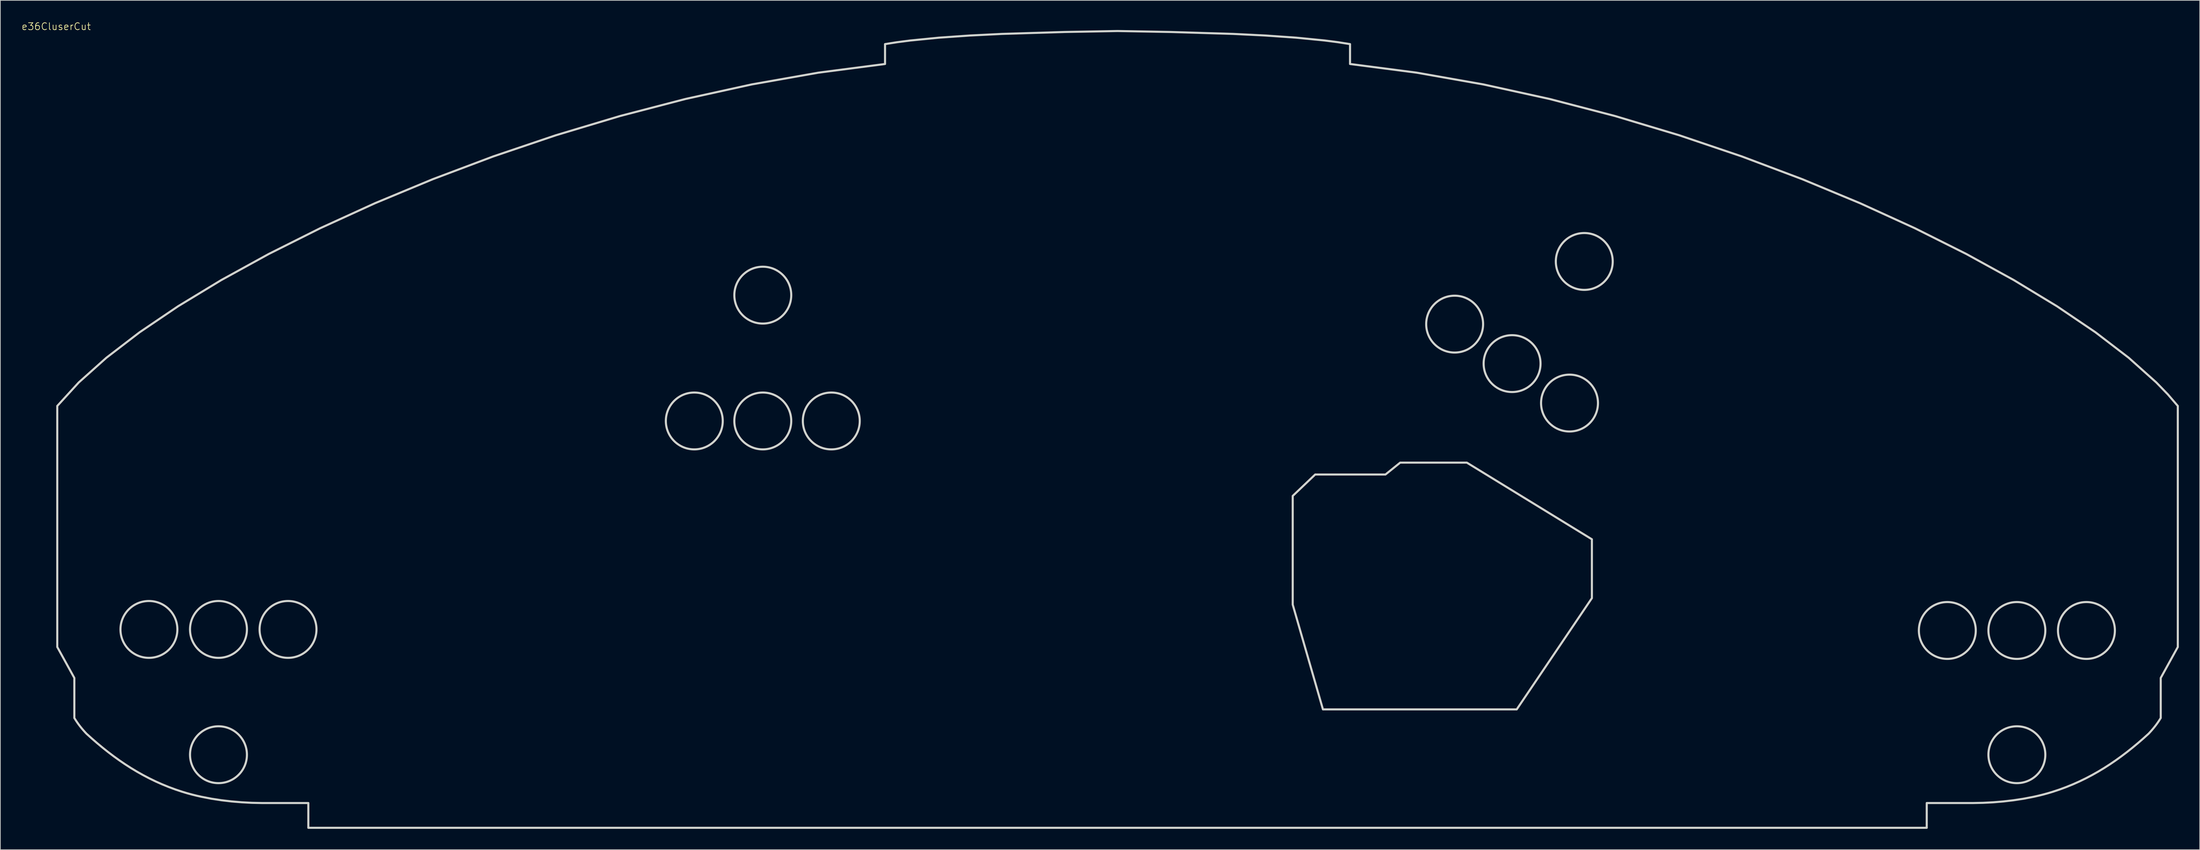
<source format=kicad_pcb>
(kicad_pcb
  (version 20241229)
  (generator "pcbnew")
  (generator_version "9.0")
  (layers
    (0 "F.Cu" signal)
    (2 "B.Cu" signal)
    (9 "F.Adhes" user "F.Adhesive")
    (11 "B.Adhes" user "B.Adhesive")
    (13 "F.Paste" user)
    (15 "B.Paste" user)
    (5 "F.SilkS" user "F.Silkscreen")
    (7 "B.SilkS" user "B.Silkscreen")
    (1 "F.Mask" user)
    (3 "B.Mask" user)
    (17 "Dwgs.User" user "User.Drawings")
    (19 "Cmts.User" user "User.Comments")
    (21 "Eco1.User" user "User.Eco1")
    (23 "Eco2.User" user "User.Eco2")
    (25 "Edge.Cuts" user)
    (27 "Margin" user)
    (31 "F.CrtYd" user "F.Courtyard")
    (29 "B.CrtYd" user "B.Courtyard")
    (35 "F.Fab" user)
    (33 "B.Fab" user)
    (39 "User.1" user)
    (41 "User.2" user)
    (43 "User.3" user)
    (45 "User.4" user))
  (footprint "e36CluserCut"
    (layer "F.Cu")
    (at 5.026 1.26)
    (property "Reference" "e36CluserCut" (at 0 -0.5 0) (unlocked yes) (layer "F.SilkS") (effects (font (size 1 1) (thickness 0.1))))
    (fp_poly (pts (xy 220.579 73.226) (xy 220.579 81.687) (xy 209.781 97.682) (xy 181.948 97.682) (xy 177.606 82.615) (xy 177.606 66.992) (xy 180.835 63.912) (xy 190.929 63.912) (xy 193.044 62.205) (xy 202.618 62.205)) (stroke (width 0.3) (type solid) (color 0 255 0 1)) (fill no) (layer "Edge.Cuts"))
    (fp_poly (pts (xy 13.525 82.103) (xy 13.733 82.119) (xy 13.937 82.145) (xy 14.138 82.181) (xy 14.336 82.227) (xy 14.53 82.282) (xy 14.72 82.346) (xy 14.906 82.419) (xy 15.087 82.501) (xy 15.263 82.591) (xy 15.434 82.69) (xy 15.6 82.796) (xy 15.76 82.91) (xy 15.914 83.031) (xy 16.063 83.16) (xy 16.205 83.295) (xy 16.34 83.437) (xy 16.468 83.585) (xy 16.59 83.74) (xy 16.704 83.9) (xy 16.81 84.066) (xy 16.908 84.237) (xy 16.999 84.413) (xy 17.081 84.594) (xy 17.154 84.78) (xy 17.218 84.97) (xy 17.273 85.164) (xy 17.319 85.361) (xy 17.355 85.563) (xy 17.381 85.767) (xy 17.396 85.975) (xy 17.402 86.185) (xy 17.396 86.395) (xy 17.381 86.603) (xy 17.355 86.807) (xy 17.319 87.009) (xy 17.273 87.206) (xy 17.218 87.4) (xy 17.154 87.59) (xy 17.081 87.776) (xy 16.999 87.957) (xy 16.908 88.133) (xy 16.81 88.304) (xy 16.704 88.47) (xy 16.59 88.63) (xy 16.468 88.785) (xy 16.34 88.933) (xy 16.205 89.075) (xy 16.063 89.21) (xy 15.914 89.339) (xy 15.76 89.46) (xy 15.6 89.574) (xy 15.434 89.68) (xy 15.263 89.779) (xy 15.087 89.869) (xy 14.906 89.951) (xy 14.72 90.024) (xy 14.53 90.088) (xy 14.336 90.143) (xy 14.138 90.189) (xy 13.937 90.225) (xy 13.733 90.251) (xy 13.525 90.267) (xy 13.315 90.272) (xy 13.104 90.267) (xy 12.897 90.251) (xy 12.692 90.225) (xy 12.491 90.189) (xy 12.293 90.143) (xy 12.099 90.088) (xy 11.909 90.024) (xy 11.724 89.951) (xy 11.543 89.869) (xy 11.367 89.779) (xy 11.195 89.68) (xy 11.03 89.574) (xy 10.869 89.46) (xy 10.715 89.339) (xy 10.567 89.21) (xy 10.425 89.075) (xy 10.289 88.933) (xy 10.161 88.785) (xy 10.04 88.63) (xy 9.926 88.47) (xy 9.819 88.304) (xy 9.721 88.133) (xy 9.631 87.957) (xy 9.549 87.776) (xy 9.476 87.59) (xy 9.411 87.4) (xy 9.356 87.206) (xy 9.311 87.009) (xy 9.275 86.807) (xy 9.249 86.603) (xy 9.233 86.395) (xy 9.228 86.185) (xy 9.233 85.975) (xy 9.249 85.767) (xy 9.275 85.563) (xy 9.311 85.361) (xy 9.356 85.164) (xy 9.411 84.97) (xy 9.476 84.78) (xy 9.549 84.594) (xy 9.631 84.413) (xy 9.721 84.237) (xy 9.819 84.066) (xy 9.926 83.9) (xy 10.04 83.74) (xy 10.161 83.585) (xy 10.289 83.437) (xy 10.425 83.295) (xy 10.567 83.16) (xy 10.715 83.031) (xy 10.869 82.91) (xy 11.03 82.796) (xy 11.195 82.69) (xy 11.367 82.591) (xy 11.543 82.501) (xy 11.724 82.419) (xy 11.909 82.346) (xy 12.099 82.282) (xy 12.293 82.227) (xy 12.491 82.181) (xy 12.692 82.145) (xy 12.897 82.119) (xy 13.104 82.103) (xy 13.315 82.098)) (stroke (width 0.3) (type solid) (color 0 255 0 1)) (fill no) (layer "Edge.Cuts"))
    (fp_poly (pts (xy 23.516 82.103) (xy 23.723 82.119) (xy 23.928 82.145) (xy 24.129 82.181) (xy 24.327 82.227) (xy 24.521 82.282) (xy 24.711 82.346) (xy 24.896 82.419) (xy 25.077 82.501) (xy 25.253 82.591) (xy 25.425 82.69) (xy 25.59 82.796) (xy 25.751 82.91) (xy 25.905 83.031) (xy 26.053 83.16) (xy 26.195 83.295) (xy 26.331 83.437) (xy 26.459 83.585) (xy 26.58 83.74) (xy 26.694 83.9) (xy 26.801 84.066) (xy 26.899 84.237) (xy 26.989 84.413) (xy 27.071 84.594) (xy 27.144 84.78) (xy 27.209 84.97) (xy 27.264 85.164) (xy 27.309 85.361) (xy 27.345 85.563) (xy 27.371 85.767) (xy 27.387 85.975) (xy 27.392 86.185) (xy 27.387 86.395) (xy 27.371 86.603) (xy 27.345 86.807) (xy 27.309 87.009) (xy 27.264 87.206) (xy 27.209 87.4) (xy 27.144 87.59) (xy 27.071 87.776) (xy 26.989 87.957) (xy 26.899 88.133) (xy 26.801 88.304) (xy 26.694 88.47) (xy 26.58 88.63) (xy 26.459 88.785) (xy 26.331 88.933) (xy 26.195 89.075) (xy 26.053 89.21) (xy 25.905 89.339) (xy 25.751 89.46) (xy 25.59 89.574) (xy 25.425 89.68) (xy 25.253 89.779) (xy 25.077 89.869) (xy 24.896 89.951) (xy 24.711 90.024) (xy 24.521 90.088) (xy 24.327 90.143) (xy 24.129 90.189) (xy 23.928 90.225) (xy 23.723 90.251) (xy 23.516 90.267) (xy 23.305 90.272) (xy 23.095 90.267) (xy 22.887 90.251) (xy 22.683 90.225) (xy 22.482 90.189) (xy 22.284 90.143) (xy 22.09 90.088) (xy 21.9 90.024) (xy 21.714 89.951) (xy 21.533 89.869) (xy 21.357 89.779) (xy 21.186 89.68) (xy 21.02 89.574) (xy 20.86 89.46) (xy 20.706 89.339) (xy 20.557 89.21) (xy 20.415 89.075) (xy 20.28 88.933) (xy 20.152 88.785) (xy 20.03 88.63) (xy 19.916 88.47) (xy 19.81 88.304) (xy 19.712 88.133) (xy 19.621 87.957) (xy 19.539 87.776) (xy 19.466 87.59) (xy 19.402 87.4) (xy 19.347 87.206) (xy 19.301 87.009) (xy 19.265 86.807) (xy 19.239 86.603) (xy 19.224 86.395) (xy 19.218 86.185) (xy 19.224 85.975) (xy 19.239 85.767) (xy 19.265 85.563) (xy 19.301 85.361) (xy 19.347 85.164) (xy 19.402 84.97) (xy 19.466 84.78) (xy 19.539 84.594) (xy 19.621 84.413) (xy 19.712 84.237) (xy 19.81 84.066) (xy 19.916 83.9) (xy 20.03 83.74) (xy 20.152 83.585) (xy 20.28 83.437) (xy 20.415 83.295) (xy 20.557 83.16) (xy 20.706 83.031) (xy 20.86 82.91) (xy 21.02 82.796) (xy 21.186 82.69) (xy 21.357 82.591) (xy 21.533 82.501) (xy 21.714 82.419) (xy 21.9 82.346) (xy 22.09 82.282) (xy 22.284 82.227) (xy 22.482 82.181) (xy 22.683 82.145) (xy 22.887 82.119) (xy 23.095 82.103) (xy 23.305 82.098)) (stroke (width 0.3) (type solid) (color 0 255 0 1)) (fill no) (layer "Edge.Cuts"))
    (fp_poly (pts (xy 23.516 100.117) (xy 23.723 100.132) (xy 23.928 100.158) (xy 24.129 100.194) (xy 24.327 100.24) (xy 24.521 100.295) (xy 24.711 100.359) (xy 24.896 100.432) (xy 25.077 100.514) (xy 25.253 100.605) (xy 25.425 100.703) (xy 25.59 100.809) (xy 25.751 100.923) (xy 25.905 101.045) (xy 26.053 101.173) (xy 26.195 101.308) (xy 26.331 101.45) (xy 26.459 101.599) (xy 26.58 101.753) (xy 26.694 101.913) (xy 26.801 102.079) (xy 26.899 102.25) (xy 26.989 102.426) (xy 27.071 102.607) (xy 27.144 102.793) (xy 27.209 102.983) (xy 27.264 103.177) (xy 27.309 103.375) (xy 27.345 103.576) (xy 27.371 103.78) (xy 27.387 103.988) (xy 27.392 104.198) (xy 27.387 104.409) (xy 27.371 104.616) (xy 27.345 104.821) (xy 27.309 105.022) (xy 27.264 105.22) (xy 27.209 105.414) (xy 27.144 105.604) (xy 27.071 105.789) (xy 26.989 105.97) (xy 26.899 106.146) (xy 26.801 106.318) (xy 26.694 106.483) (xy 26.58 106.644) (xy 26.459 106.798) (xy 26.331 106.946) (xy 26.195 107.088) (xy 26.053 107.224) (xy 25.905 107.352) (xy 25.751 107.473) (xy 25.59 107.587) (xy 25.425 107.694) (xy 25.253 107.792) (xy 25.077 107.882) (xy 24.896 107.964) (xy 24.711 108.037) (xy 24.521 108.102) (xy 24.327 108.157) (xy 24.129 108.202) (xy 23.928 108.238) (xy 23.723 108.264) (xy 23.516 108.28) (xy 23.305 108.285) (xy 23.095 108.28) (xy 22.887 108.264) (xy 22.683 108.238) (xy 22.482 108.202) (xy 22.284 108.157) (xy 22.09 108.102) (xy 21.9 108.037) (xy 21.714 107.964) (xy 21.533 107.882) (xy 21.357 107.792) (xy 21.186 107.694) (xy 21.02 107.587) (xy 20.86 107.473) (xy 20.706 107.352) (xy 20.557 107.224) (xy 20.415 107.088) (xy 20.28 106.946) (xy 20.152 106.798) (xy 20.03 106.644) (xy 19.916 106.483) (xy 19.81 106.318) (xy 19.712 106.146) (xy 19.621 105.97) (xy 19.539 105.789) (xy 19.466 105.604) (xy 19.402 105.414) (xy 19.347 105.22) (xy 19.301 105.022) (xy 19.265 104.821) (xy 19.239 104.616) (xy 19.224 104.409) (xy 19.218 104.198) (xy 19.224 103.988) (xy 19.239 103.78) (xy 19.265 103.576) (xy 19.301 103.375) (xy 19.347 103.177) (xy 19.402 102.983) (xy 19.466 102.793) (xy 19.539 102.607) (xy 19.621 102.426) (xy 19.712 102.25) (xy 19.81 102.079) (xy 19.916 101.913) (xy 20.03 101.753) (xy 20.152 101.599) (xy 20.28 101.45) (xy 20.415 101.308) (xy 20.557 101.173) (xy 20.706 101.045) (xy 20.86 100.923) (xy 21.02 100.809) (xy 21.186 100.703) (xy 21.357 100.605) (xy 21.533 100.514) (xy 21.714 100.432) (xy 21.9 100.359) (xy 22.09 100.295) (xy 22.284 100.24) (xy 22.482 100.194) (xy 22.683 100.158) (xy 22.887 100.132) (xy 23.095 100.117) (xy 23.305 100.111)) (stroke (width 0.3) (type solid) (color 0 255 0 1)) (fill no) (layer "Edge.Cuts"))
    (fp_poly (pts (xy 33.506 82.103) (xy 33.714 82.119) (xy 33.918 82.145) (xy 34.12 82.181) (xy 34.317 82.227) (xy 34.511 82.282) (xy 34.701 82.346) (xy 34.887 82.419) (xy 35.068 82.501) (xy 35.244 82.591) (xy 35.415 82.69) (xy 35.581 82.796) (xy 35.741 82.91) (xy 35.896 83.031) (xy 36.044 83.16) (xy 36.186 83.295) (xy 36.321 83.437) (xy 36.45 83.585) (xy 36.571 83.74) (xy 36.685 83.9) (xy 36.791 84.066) (xy 36.89 84.237) (xy 36.98 84.413) (xy 37.062 84.594) (xy 37.135 84.78) (xy 37.199 84.97) (xy 37.254 85.164) (xy 37.3 85.361) (xy 37.336 85.563) (xy 37.362 85.767) (xy 37.378 85.975) (xy 37.383 86.185) (xy 37.378 86.395) (xy 37.362 86.603) (xy 37.336 86.807) (xy 37.3 87.009) (xy 37.254 87.206) (xy 37.199 87.4) (xy 37.135 87.59) (xy 37.062 87.776) (xy 36.98 87.957) (xy 36.89 88.133) (xy 36.791 88.304) (xy 36.685 88.47) (xy 36.571 88.63) (xy 36.45 88.785) (xy 36.321 88.933) (xy 36.186 89.075) (xy 36.044 89.21) (xy 35.896 89.339) (xy 35.741 89.46) (xy 35.581 89.574) (xy 35.415 89.68) (xy 35.244 89.779) (xy 35.068 89.869) (xy 34.887 89.951) (xy 34.701 90.024) (xy 34.511 90.088) (xy 34.317 90.143) (xy 34.12 90.189) (xy 33.918 90.225) (xy 33.714 90.251) (xy 33.506 90.267) (xy 33.296 90.272) (xy 33.086 90.267) (xy 32.878 90.251) (xy 32.673 90.225) (xy 32.472 90.189) (xy 32.274 90.143) (xy 32.08 90.088) (xy 31.891 90.024) (xy 31.705 89.951) (xy 31.524 89.869) (xy 31.348 89.779) (xy 31.177 89.68) (xy 31.011 89.574) (xy 30.85 89.46) (xy 30.696 89.339) (xy 30.548 89.21) (xy 30.406 89.075) (xy 30.271 88.933) (xy 30.142 88.785) (xy 30.021 88.63) (xy 29.907 88.47) (xy 29.8 88.304) (xy 29.702 88.133) (xy 29.612 87.957) (xy 29.53 87.776) (xy 29.457 87.59) (xy 29.393 87.4) (xy 29.337 87.206) (xy 29.292 87.009) (xy 29.256 86.807) (xy 29.23 86.603) (xy 29.214 86.395) (xy 29.209 86.185) (xy 29.214 85.975) (xy 29.23 85.767) (xy 29.256 85.563) (xy 29.292 85.361) (xy 29.337 85.164) (xy 29.393 84.97) (xy 29.457 84.78) (xy 29.53 84.594) (xy 29.612 84.413) (xy 29.702 84.237) (xy 29.8 84.066) (xy 29.907 83.9) (xy 30.021 83.74) (xy 30.142 83.585) (xy 30.271 83.437) (xy 30.406 83.295) (xy 30.548 83.16) (xy 30.696 83.031) (xy 30.85 82.91) (xy 31.011 82.796) (xy 31.177 82.69) (xy 31.348 82.591) (xy 31.524 82.501) (xy 31.705 82.419) (xy 31.891 82.346) (xy 32.08 82.282) (xy 32.274 82.227) (xy 32.472 82.181) (xy 32.673 82.145) (xy 32.878 82.119) (xy 33.086 82.103) (xy 33.296 82.098)) (stroke (width 0.3) (type solid) (color 0 255 0 1)) (fill no) (layer "Edge.Cuts"))
    (fp_poly (pts (xy 91.86 52.132) (xy 92.068 52.147) (xy 92.272 52.173) (xy 92.474 52.209) (xy 92.671 52.255) (xy 92.865 52.31) (xy 93.055 52.374) (xy 93.241 52.447) (xy 93.422 52.529) (xy 93.598 52.62) (xy 93.769 52.718) (xy 93.935 52.824) (xy 94.095 52.938) (xy 94.25 53.06) (xy 94.398 53.188) (xy 94.54 53.323) (xy 94.675 53.465) (xy 94.804 53.614) (xy 94.925 53.768) (xy 95.039 53.928) (xy 95.145 54.094) (xy 95.244 54.265) (xy 95.334 54.441) (xy 95.416 54.622) (xy 95.489 54.808) (xy 95.553 54.998) (xy 95.608 55.192) (xy 95.654 55.39) (xy 95.69 55.591) (xy 95.716 55.795) (xy 95.732 56.003) (xy 95.737 56.213) (xy 95.732 56.424) (xy 95.716 56.631) (xy 95.69 56.836) (xy 95.654 57.037) (xy 95.608 57.235) (xy 95.553 57.429) (xy 95.489 57.619) (xy 95.416 57.804) (xy 95.334 57.985) (xy 95.244 58.161) (xy 95.145 58.333) (xy 95.039 58.498) (xy 94.925 58.659) (xy 94.804 58.813) (xy 94.675 58.961) (xy 94.54 59.103) (xy 94.398 59.239) (xy 94.25 59.367) (xy 94.095 59.488) (xy 93.935 59.602) (xy 93.769 59.709) (xy 93.598 59.807) (xy 93.422 59.897) (xy 93.241 59.979) (xy 93.055 60.052) (xy 92.865 60.117) (xy 92.671 60.172) (xy 92.474 60.217) (xy 92.272 60.253) (xy 92.068 60.279) (xy 91.86 60.295) (xy 91.65 60.3) (xy 91.44 60.295) (xy 91.232 60.279) (xy 91.027 60.253) (xy 90.826 60.217) (xy 90.628 60.172) (xy 90.434 60.117) (xy 90.245 60.052) (xy 90.059 59.979) (xy 89.878 59.897) (xy 89.702 59.807) (xy 89.531 59.709) (xy 89.365 59.602) (xy 89.204 59.488) (xy 89.05 59.367) (xy 88.902 59.239) (xy 88.76 59.103) (xy 88.625 58.961) (xy 88.496 58.813) (xy 88.375 58.659) (xy 88.261 58.498) (xy 88.154 58.333) (xy 88.056 58.161) (xy 87.966 57.985) (xy 87.884 57.804) (xy 87.811 57.619) (xy 87.747 57.429) (xy 87.691 57.235) (xy 87.646 57.037) (xy 87.61 56.836) (xy 87.584 56.631) (xy 87.568 56.424) (xy 87.563 56.213) (xy 87.568 56.003) (xy 87.584 55.795) (xy 87.61 55.591) (xy 87.646 55.39) (xy 87.691 55.192) (xy 87.747 54.998) (xy 87.811 54.808) (xy 87.884 54.622) (xy 87.966 54.441) (xy 88.056 54.265) (xy 88.154 54.094) (xy 88.261 53.928) (xy 88.375 53.768) (xy 88.496 53.614) (xy 88.625 53.465) (xy 88.76 53.323) (xy 88.902 53.188) (xy 89.05 53.06) (xy 89.204 52.938) (xy 89.365 52.824) (xy 89.531 52.718) (xy 89.702 52.62) (xy 89.878 52.529) (xy 90.059 52.447) (xy 90.245 52.374) (xy 90.434 52.31) (xy 90.628 52.255) (xy 90.826 52.209) (xy 91.027 52.173) (xy 91.232 52.147) (xy 91.44 52.132) (xy 91.65 52.126)) (stroke (width 0.3) (type solid) (color 0 255 0 1)) (fill no) (layer "Edge.Cuts"))
    (fp_poly (pts (xy 101.699 34.043) (xy 101.907 34.058) (xy 102.111 34.084) (xy 102.313 34.12) (xy 102.51 34.166) (xy 102.704 34.221) (xy 102.894 34.285) (xy 103.08 34.358) (xy 103.261 34.44) (xy 103.437 34.531) (xy 103.608 34.629) (xy 103.774 34.735) (xy 103.934 34.849) (xy 104.089 34.971) (xy 104.237 35.099) (xy 104.379 35.234) (xy 104.514 35.376) (xy 104.643 35.525) (xy 104.764 35.679) (xy 104.878 35.839) (xy 104.984 36.005) (xy 105.083 36.176) (xy 105.173 36.352) (xy 105.255 36.533) (xy 105.328 36.719) (xy 105.392 36.909) (xy 105.447 37.103) (xy 105.493 37.301) (xy 105.529 37.502) (xy 105.555 37.706) (xy 105.571 37.914) (xy 105.576 38.124) (xy 105.571 38.335) (xy 105.555 38.542) (xy 105.529 38.747) (xy 105.493 38.948) (xy 105.447 39.146) (xy 105.392 39.34) (xy 105.328 39.53) (xy 105.255 39.715) (xy 105.173 39.896) (xy 105.083 40.072) (xy 104.984 40.244) (xy 104.878 40.409) (xy 104.764 40.57) (xy 104.643 40.724) (xy 104.514 40.872) (xy 104.379 41.014) (xy 104.237 41.15) (xy 104.089 41.278) (xy 103.934 41.399) (xy 103.774 41.513) (xy 103.608 41.62) (xy 103.437 41.718) (xy 103.261 41.808) (xy 103.08 41.89) (xy 102.894 41.963) (xy 102.704 42.028) (xy 102.51 42.083) (xy 102.313 42.128) (xy 102.111 42.164) (xy 101.907 42.19) (xy 101.699 42.206) (xy 101.489 42.211) (xy 101.279 42.206) (xy 101.071 42.19) (xy 100.867 42.164) (xy 100.665 42.128) (xy 100.468 42.083) (xy 100.274 42.028) (xy 100.084 41.963) (xy 99.898 41.89) (xy 99.717 41.808) (xy 99.541 41.718) (xy 99.37 41.62) (xy 99.204 41.513) (xy 99.044 41.399) (xy 98.889 41.278) (xy 98.741 41.15) (xy 98.599 41.014) (xy 98.464 40.872) (xy 98.335 40.724) (xy 98.214 40.57) (xy 98.1 40.409) (xy 97.994 40.244) (xy 97.895 40.072) (xy 97.805 39.896) (xy 97.723 39.715) (xy 97.65 39.53) (xy 97.586 39.34) (xy 97.531 39.146) (xy 97.485 38.948) (xy 97.449 38.747) (xy 97.423 38.542) (xy 97.407 38.335) (xy 97.402 38.124) (xy 97.407 37.914) (xy 97.423 37.706) (xy 97.449 37.502) (xy 97.485 37.301) (xy 97.531 37.103) (xy 97.586 36.909) (xy 97.65 36.719) (xy 97.723 36.533) (xy 97.805 36.352) (xy 97.895 36.176) (xy 97.994 36.005) (xy 98.1 35.839) (xy 98.214 35.679) (xy 98.335 35.525) (xy 98.464 35.376) (xy 98.599 35.234) (xy 98.741 35.099) (xy 98.889 34.971) (xy 99.044 34.849) (xy 99.204 34.735) (xy 99.37 34.629) (xy 99.541 34.531) (xy 99.717 34.44) (xy 99.898 34.358) (xy 100.084 34.285) (xy 100.274 34.221) (xy 100.468 34.166) (xy 100.665 34.12) (xy 100.867 34.084) (xy 101.071 34.058) (xy 101.279 34.043) (xy 101.489 34.037)) (stroke (width 0.3) (type solid) (color 0 255 0 1)) (fill no) (layer "Edge.Cuts"))
    (fp_poly (pts (xy 101.699 52.132) (xy 101.907 52.147) (xy 102.111 52.173) (xy 102.313 52.209) (xy 102.51 52.255) (xy 102.704 52.31) (xy 102.894 52.374) (xy 103.08 52.447) (xy 103.261 52.529) (xy 103.437 52.62) (xy 103.608 52.718) (xy 103.774 52.824) (xy 103.934 52.938) (xy 104.089 53.06) (xy 104.237 53.188) (xy 104.379 53.323) (xy 104.514 53.465) (xy 104.643 53.614) (xy 104.764 53.768) (xy 104.878 53.928) (xy 104.984 54.094) (xy 105.083 54.265) (xy 105.173 54.441) (xy 105.255 54.622) (xy 105.328 54.808) (xy 105.392 54.998) (xy 105.447 55.192) (xy 105.493 55.39) (xy 105.529 55.591) (xy 105.555 55.795) (xy 105.571 56.003) (xy 105.576 56.213) (xy 105.571 56.424) (xy 105.555 56.631) (xy 105.529 56.836) (xy 105.493 57.037) (xy 105.447 57.235) (xy 105.392 57.429) (xy 105.328 57.619) (xy 105.255 57.804) (xy 105.173 57.985) (xy 105.083 58.161) (xy 104.984 58.333) (xy 104.878 58.498) (xy 104.764 58.659) (xy 104.643 58.813) (xy 104.514 58.961) (xy 104.379 59.103) (xy 104.237 59.239) (xy 104.089 59.367) (xy 103.934 59.488) (xy 103.774 59.602) (xy 103.608 59.709) (xy 103.437 59.807) (xy 103.261 59.897) (xy 103.08 59.979) (xy 102.894 60.052) (xy 102.704 60.117) (xy 102.51 60.172) (xy 102.313 60.217) (xy 102.111 60.253) (xy 101.907 60.279) (xy 101.699 60.295) (xy 101.489 60.3) (xy 101.279 60.295) (xy 101.071 60.279) (xy 100.867 60.253) (xy 100.665 60.217) (xy 100.468 60.172) (xy 100.274 60.117) (xy 100.084 60.052) (xy 99.898 59.979) (xy 99.717 59.897) (xy 99.541 59.807) (xy 99.37 59.709) (xy 99.204 59.602) (xy 99.044 59.488) (xy 98.889 59.367) (xy 98.741 59.239) (xy 98.599 59.103) (xy 98.464 58.961) (xy 98.335 58.813) (xy 98.214 58.659) (xy 98.1 58.498) (xy 97.994 58.333) (xy 97.895 58.161) (xy 97.805 57.985) (xy 97.723 57.804) (xy 97.65 57.619) (xy 97.586 57.429) (xy 97.531 57.235) (xy 97.485 57.037) (xy 97.449 56.836) (xy 97.423 56.631) (xy 97.407 56.424) (xy 97.402 56.213) (xy 97.407 56.003) (xy 97.423 55.795) (xy 97.449 55.591) (xy 97.485 55.39) (xy 97.531 55.192) (xy 97.586 54.998) (xy 97.65 54.808) (xy 97.723 54.622) (xy 97.805 54.441) (xy 97.895 54.265) (xy 97.994 54.094) (xy 98.1 53.928) (xy 98.214 53.768) (xy 98.335 53.614) (xy 98.464 53.465) (xy 98.599 53.323) (xy 98.741 53.188) (xy 98.889 53.06) (xy 99.044 52.938) (xy 99.204 52.824) (xy 99.37 52.718) (xy 99.541 52.62) (xy 99.717 52.529) (xy 99.898 52.447) (xy 100.084 52.374) (xy 100.274 52.31) (xy 100.468 52.255) (xy 100.665 52.209) (xy 100.867 52.173) (xy 101.071 52.147) (xy 101.279 52.132) (xy 101.489 52.126)) (stroke (width 0.3) (type solid) (color 0 255 0 1)) (fill no) (layer "Edge.Cuts"))
    (fp_poly (pts (xy 111.539 52.132) (xy 111.746 52.147) (xy 111.951 52.173) (xy 112.152 52.209) (xy 112.35 52.255) (xy 112.544 52.31) (xy 112.733 52.374) (xy 112.919 52.447) (xy 113.1 52.529) (xy 113.276 52.62) (xy 113.448 52.718) (xy 113.613 52.824) (xy 113.774 52.938) (xy 113.928 53.06) (xy 114.076 53.188) (xy 114.218 53.323) (xy 114.354 53.465) (xy 114.482 53.614) (xy 114.603 53.768) (xy 114.717 53.928) (xy 114.824 54.094) (xy 114.922 54.265) (xy 115.012 54.441) (xy 115.094 54.622) (xy 115.167 54.808) (xy 115.232 54.998) (xy 115.287 55.192) (xy 115.332 55.39) (xy 115.368 55.591) (xy 115.394 55.795) (xy 115.41 56.003) (xy 115.415 56.213) (xy 115.41 56.424) (xy 115.394 56.631) (xy 115.368 56.836) (xy 115.332 57.037) (xy 115.287 57.235) (xy 115.232 57.429) (xy 115.167 57.619) (xy 115.094 57.804) (xy 115.012 57.985) (xy 114.922 58.161) (xy 114.824 58.333) (xy 114.717 58.498) (xy 114.603 58.659) (xy 114.482 58.813) (xy 114.354 58.961) (xy 114.218 59.103) (xy 114.076 59.239) (xy 113.928 59.367) (xy 113.774 59.488) (xy 113.613 59.602) (xy 113.448 59.709) (xy 113.276 59.807) (xy 113.1 59.897) (xy 112.919 59.979) (xy 112.733 60.052) (xy 112.544 60.117) (xy 112.35 60.172) (xy 112.152 60.217) (xy 111.951 60.253) (xy 111.746 60.279) (xy 111.539 60.295) (xy 111.328 60.3) (xy 111.118 60.295) (xy 110.91 60.279) (xy 110.706 60.253) (xy 110.505 60.217) (xy 110.307 60.172) (xy 110.113 60.117) (xy 109.923 60.052) (xy 109.737 59.979) (xy 109.556 59.897) (xy 109.38 59.807) (xy 109.209 59.709) (xy 109.043 59.602) (xy 108.883 59.488) (xy 108.728 59.367) (xy 108.58 59.239) (xy 108.438 59.103) (xy 108.303 58.961) (xy 108.174 58.813) (xy 108.053 58.659) (xy 107.939 58.498) (xy 107.833 58.333) (xy 107.734 58.161) (xy 107.644 57.985) (xy 107.562 57.804) (xy 107.489 57.619) (xy 107.425 57.429) (xy 107.37 57.235) (xy 107.324 57.037) (xy 107.288 56.836) (xy 107.262 56.631) (xy 107.246 56.424) (xy 107.241 56.213) (xy 107.246 56.003) (xy 107.262 55.795) (xy 107.288 55.591) (xy 107.324 55.39) (xy 107.37 55.192) (xy 107.425 54.998) (xy 107.489 54.808) (xy 107.562 54.622) (xy 107.644 54.441) (xy 107.734 54.265) (xy 107.833 54.094) (xy 107.939 53.928) (xy 108.053 53.768) (xy 108.174 53.614) (xy 108.303 53.465) (xy 108.438 53.323) (xy 108.58 53.188) (xy 108.728 53.06) (xy 108.883 52.938) (xy 109.043 52.824) (xy 109.209 52.718) (xy 109.38 52.62) (xy 109.556 52.529) (xy 109.737 52.447) (xy 109.923 52.374) (xy 110.113 52.31) (xy 110.307 52.255) (xy 110.505 52.209) (xy 110.706 52.173) (xy 110.91 52.147) (xy 111.118 52.132) (xy 111.328 52.126)) (stroke (width 0.3) (type solid) (color 0 255 0 1)) (fill no) (layer "Edge.Cuts"))
    (fp_poly (pts (xy 201.075 38.208) (xy 201.283 38.224) (xy 201.487 38.25) (xy 201.689 38.286) (xy 201.886 38.331) (xy 202.08 38.386) (xy 202.27 38.451) (xy 202.456 38.524) (xy 202.637 38.606) (xy 202.813 38.696) (xy 202.984 38.794) (xy 203.15 38.901) (xy 203.31 39.015) (xy 203.465 39.136) (xy 203.613 39.264) (xy 203.755 39.4) (xy 203.89 39.542) (xy 204.019 39.69) (xy 204.14 39.844) (xy 204.254 40.005) (xy 204.36 40.171) (xy 204.459 40.342) (xy 204.549 40.518) (xy 204.631 40.699) (xy 204.704 40.885) (xy 204.768 41.074) (xy 204.823 41.268) (xy 204.869 41.466) (xy 204.905 41.667) (xy 204.931 41.872) (xy 204.947 42.079) (xy 204.952 42.29) (xy 204.947 42.5) (xy 204.931 42.708) (xy 204.905 42.912) (xy 204.869 43.113) (xy 204.823 43.311) (xy 204.768 43.505) (xy 204.704 43.695) (xy 204.631 43.881) (xy 204.549 44.062) (xy 204.459 44.238) (xy 204.36 44.409) (xy 204.254 44.575) (xy 204.14 44.735) (xy 204.019 44.89) (xy 203.89 45.038) (xy 203.755 45.18) (xy 203.613 45.315) (xy 203.465 45.444) (xy 203.31 45.565) (xy 203.15 45.679) (xy 202.984 45.785) (xy 202.813 45.884) (xy 202.637 45.974) (xy 202.456 46.056) (xy 202.27 46.129) (xy 202.08 46.193) (xy 201.886 46.248) (xy 201.689 46.294) (xy 201.487 46.33) (xy 201.283 46.356) (xy 201.075 46.372) (xy 200.865 46.377) (xy 200.655 46.372) (xy 200.447 46.356) (xy 200.242 46.33) (xy 200.041 46.294) (xy 199.843 46.248) (xy 199.65 46.193) (xy 199.46 46.129) (xy 199.274 46.056) (xy 199.093 45.974) (xy 198.917 45.884) (xy 198.746 45.785) (xy 198.58 45.679) (xy 198.42 45.565) (xy 198.265 45.444) (xy 198.117 45.315) (xy 197.975 45.18) (xy 197.84 45.038) (xy 197.711 44.89) (xy 197.59 44.735) (xy 197.476 44.575) (xy 197.37 44.409) (xy 197.271 44.238) (xy 197.181 44.062) (xy 197.099 43.881) (xy 197.026 43.695) (xy 196.962 43.505) (xy 196.907 43.311) (xy 196.861 43.113) (xy 196.825 42.912) (xy 196.799 42.708) (xy 196.783 42.5) (xy 196.778 42.29) (xy 196.783 42.079) (xy 196.799 41.872) (xy 196.825 41.667) (xy 196.861 41.466) (xy 196.907 41.268) (xy 196.962 41.074) (xy 197.026 40.885) (xy 197.099 40.699) (xy 197.181 40.518) (xy 197.271 40.342) (xy 197.37 40.171) (xy 197.476 40.005) (xy 197.59 39.844) (xy 197.711 39.69) (xy 197.84 39.542) (xy 197.975 39.4) (xy 198.117 39.264) (xy 198.265 39.136) (xy 198.42 39.015) (xy 198.58 38.901) (xy 198.746 38.794) (xy 198.917 38.696) (xy 199.093 38.606) (xy 199.274 38.524) (xy 199.46 38.451) (xy 199.65 38.386) (xy 199.843 38.331) (xy 200.041 38.286) (xy 200.242 38.25) (xy 200.447 38.224) (xy 200.655 38.208) (xy 200.865 38.203)) (stroke (width 0.3) (type solid) (color 0 255 0 1)) (fill no) (layer "Edge.Cuts"))
    (fp_poly (pts (xy 209.325 43.885) (xy 209.533 43.9) (xy 209.737 43.926) (xy 209.938 43.962) (xy 210.136 44.008) (xy 210.33 44.063) (xy 210.52 44.127) (xy 210.706 44.2) (xy 210.887 44.282) (xy 211.063 44.372) (xy 211.234 44.471) (xy 211.4 44.577) (xy 211.56 44.691) (xy 211.714 44.812) (xy 211.863 44.941) (xy 212.005 45.076) (xy 212.14 45.218) (xy 212.268 45.367) (xy 212.39 45.521) (xy 212.504 45.681) (xy 212.61 45.847) (xy 212.708 46.018) (xy 212.799 46.194) (xy 212.881 46.375) (xy 212.954 46.561) (xy 213.018 46.751) (xy 213.073 46.945) (xy 213.119 47.143) (xy 213.155 47.344) (xy 213.181 47.548) (xy 213.196 47.756) (xy 213.202 47.966) (xy 213.196 48.177) (xy 213.181 48.384) (xy 213.155 48.589) (xy 213.119 48.79) (xy 213.073 48.988) (xy 213.018 49.182) (xy 212.954 49.372) (xy 212.881 49.557) (xy 212.799 49.738) (xy 212.708 49.914) (xy 212.61 50.086) (xy 212.504 50.251) (xy 212.39 50.412) (xy 212.268 50.566) (xy 212.14 50.714) (xy 212.005 50.856) (xy 211.863 50.992) (xy 211.714 51.12) (xy 211.56 51.241) (xy 211.4 51.355) (xy 211.234 51.462) (xy 211.063 51.56) (xy 210.887 51.65) (xy 210.706 51.732) (xy 210.52 51.805) (xy 210.33 51.87) (xy 210.136 51.925) (xy 209.938 51.97) (xy 209.737 52.006) (xy 209.533 52.032) (xy 209.325 52.048) (xy 209.115 52.053) (xy 208.904 52.048) (xy 208.697 52.032) (xy 208.492 52.006) (xy 208.291 51.97) (xy 208.093 51.925) (xy 207.899 51.87) (xy 207.709 51.805) (xy 207.524 51.732) (xy 207.343 51.65) (xy 207.167 51.56) (xy 206.995 51.462) (xy 206.83 51.355) (xy 206.669 51.241) (xy 206.515 51.12) (xy 206.367 50.992) (xy 206.225 50.856) (xy 206.089 50.714) (xy 205.961 50.566) (xy 205.84 50.412) (xy 205.726 50.251) (xy 205.619 50.086) (xy 205.521 49.914) (xy 205.431 49.738) (xy 205.349 49.557) (xy 205.276 49.372) (xy 205.211 49.182) (xy 205.156 48.988) (xy 205.111 48.79) (xy 205.075 48.589) (xy 205.049 48.384) (xy 205.033 48.177) (xy 205.028 47.966) (xy 205.033 47.756) (xy 205.049 47.548) (xy 205.075 47.344) (xy 205.111 47.143) (xy 205.156 46.945) (xy 205.211 46.751) (xy 205.276 46.561) (xy 205.349 46.375) (xy 205.431 46.194) (xy 205.521 46.018) (xy 205.619 45.847) (xy 205.726 45.681) (xy 205.84 45.521) (xy 205.961 45.367) (xy 206.089 45.218) (xy 206.225 45.076) (xy 206.367 44.941) (xy 206.515 44.812) (xy 206.669 44.691) (xy 206.83 44.577) (xy 206.995 44.471) (xy 207.167 44.372) (xy 207.343 44.282) (xy 207.524 44.2) (xy 207.709 44.127) (xy 207.899 44.063) (xy 208.093 44.008) (xy 208.291 43.962) (xy 208.492 43.926) (xy 208.697 43.9) (xy 208.904 43.885) (xy 209.115 43.879)) (stroke (width 0.3) (type solid) (color 0 255 0 1)) (fill no) (layer "Edge.Cuts"))
    (fp_poly (pts (xy 217.575 49.558) (xy 217.782 49.574) (xy 217.987 49.6) (xy 218.188 49.636) (xy 218.386 49.682) (xy 218.58 49.737) (xy 218.77 49.801) (xy 218.955 49.874) (xy 219.136 49.956) (xy 219.313 50.046) (xy 219.484 50.145) (xy 219.65 50.251) (xy 219.81 50.365) (xy 219.964 50.486) (xy 220.113 50.615) (xy 220.254 50.75) (xy 220.39 50.892) (xy 220.518 51.04) (xy 220.64 51.195) (xy 220.754 51.355) (xy 220.86 51.521) (xy 220.958 51.692) (xy 221.048 51.868) (xy 221.13 52.049) (xy 221.204 52.235) (xy 221.268 52.425) (xy 221.323 52.619) (xy 221.368 52.816) (xy 221.404 53.018) (xy 221.43 53.222) (xy 221.446 53.43) (xy 221.452 53.64) (xy 221.446 53.85) (xy 221.43 54.058) (xy 221.404 54.262) (xy 221.368 54.464) (xy 221.323 54.661) (xy 221.268 54.855) (xy 221.204 55.045) (xy 221.13 55.231) (xy 221.048 55.412) (xy 220.958 55.588) (xy 220.86 55.759) (xy 220.754 55.925) (xy 220.64 56.085) (xy 220.518 56.24) (xy 220.39 56.388) (xy 220.254 56.53) (xy 220.113 56.665) (xy 219.964 56.794) (xy 219.81 56.915) (xy 219.65 57.029) (xy 219.484 57.135) (xy 219.313 57.234) (xy 219.136 57.324) (xy 218.955 57.406) (xy 218.77 57.479) (xy 218.58 57.543) (xy 218.386 57.598) (xy 218.188 57.644) (xy 217.987 57.68) (xy 217.782 57.706) (xy 217.575 57.722) (xy 217.364 57.727) (xy 217.154 57.722) (xy 216.947 57.706) (xy 216.742 57.68) (xy 216.541 57.644) (xy 216.343 57.598) (xy 216.149 57.543) (xy 215.959 57.479) (xy 215.774 57.406) (xy 215.593 57.324) (xy 215.416 57.234) (xy 215.245 57.135) (xy 215.079 57.029) (xy 214.919 56.915) (xy 214.765 56.794) (xy 214.616 56.665) (xy 214.474 56.53) (xy 214.339 56.388) (xy 214.211 56.24) (xy 214.089 56.085) (xy 213.975 55.925) (xy 213.869 55.759) (xy 213.771 55.588) (xy 213.68 55.412) (xy 213.599 55.231) (xy 213.525 55.045) (xy 213.461 54.855) (xy 213.406 54.661) (xy 213.36 54.464) (xy 213.325 54.262) (xy 213.299 54.058) (xy 213.283 53.85) (xy 213.277 53.64) (xy 213.283 53.43) (xy 213.299 53.222) (xy 213.325 53.018) (xy 213.36 52.816) (xy 213.406 52.619) (xy 213.461 52.425) (xy 213.525 52.235) (xy 213.599 52.049) (xy 213.68 51.868) (xy 213.771 51.692) (xy 213.869 51.521) (xy 213.975 51.355) (xy 214.089 51.195) (xy 214.211 51.04) (xy 214.339 50.892) (xy 214.474 50.75) (xy 214.616 50.615) (xy 214.765 50.486) (xy 214.919 50.365) (xy 215.079 50.251) (xy 215.245 50.145) (xy 215.416 50.046) (xy 215.593 49.956) (xy 215.774 49.874) (xy 215.959 49.801) (xy 216.149 49.737) (xy 216.343 49.682) (xy 216.541 49.636) (xy 216.742 49.6) (xy 216.947 49.574) (xy 217.154 49.558) (xy 217.364 49.553)) (stroke (width 0.3) (type solid) (color 0 255 0 1)) (fill no) (layer "Edge.Cuts"))
    (fp_poly (pts (xy 219.694 29.199) (xy 219.902 29.214) (xy 220.106 29.24) (xy 220.307 29.276) (xy 220.505 29.322) (xy 220.699 29.377) (xy 220.889 29.441) (xy 221.075 29.515) (xy 221.256 29.596) (xy 221.432 29.687) (xy 221.603 29.785) (xy 221.769 29.891) (xy 221.929 30.005) (xy 222.083 30.127) (xy 222.232 30.255) (xy 222.374 30.39) (xy 222.509 30.532) (xy 222.637 30.681) (xy 222.759 30.835) (xy 222.873 30.995) (xy 222.979 31.161) (xy 223.077 31.332) (xy 223.168 31.508) (xy 223.25 31.69) (xy 223.323 31.875) (xy 223.387 32.065) (xy 223.442 32.259) (xy 223.488 32.457) (xy 223.524 32.658) (xy 223.55 32.863) (xy 223.565 33.07) (xy 223.571 33.28) (xy 223.565 33.491) (xy 223.55 33.698) (xy 223.524 33.903) (xy 223.488 34.104) (xy 223.442 34.302) (xy 223.387 34.496) (xy 223.323 34.686) (xy 223.25 34.871) (xy 223.168 35.052) (xy 223.077 35.229) (xy 222.979 35.4) (xy 222.873 35.566) (xy 222.759 35.726) (xy 222.637 35.88) (xy 222.509 36.028) (xy 222.374 36.17) (xy 222.232 36.306) (xy 222.083 36.434) (xy 221.929 36.555) (xy 221.769 36.669) (xy 221.603 36.776) (xy 221.432 36.874) (xy 221.256 36.964) (xy 221.075 37.046) (xy 220.889 37.119) (xy 220.699 37.184) (xy 220.505 37.239) (xy 220.307 37.284) (xy 220.106 37.32) (xy 219.902 37.346) (xy 219.694 37.362) (xy 219.484 37.367) (xy 219.273 37.362) (xy 219.066 37.346) (xy 218.861 37.32) (xy 218.66 37.284) (xy 218.462 37.239) (xy 218.268 37.184) (xy 218.078 37.119) (xy 217.893 37.046) (xy 217.712 36.964) (xy 217.536 36.874) (xy 217.364 36.776) (xy 217.199 36.669) (xy 217.038 36.555) (xy 216.884 36.434) (xy 216.736 36.306) (xy 216.594 36.17) (xy 216.458 36.028) (xy 216.33 35.88) (xy 216.209 35.726) (xy 216.095 35.566) (xy 215.988 35.4) (xy 215.89 35.229) (xy 215.8 35.052) (xy 215.718 34.871) (xy 215.645 34.686) (xy 215.58 34.496) (xy 215.525 34.302) (xy 215.48 34.104) (xy 215.444 33.903) (xy 215.418 33.698) (xy 215.402 33.491) (xy 215.397 33.28) (xy 215.402 33.07) (xy 215.418 32.863) (xy 215.444 32.658) (xy 215.48 32.457) (xy 215.525 32.259) (xy 215.58 32.065) (xy 215.645 31.875) (xy 215.718 31.69) (xy 215.8 31.508) (xy 215.89 31.332) (xy 215.988 31.161) (xy 216.095 30.995) (xy 216.209 30.835) (xy 216.33 30.681) (xy 216.458 30.532) (xy 216.594 30.39) (xy 216.736 30.255) (xy 216.884 30.127) (xy 217.038 30.005) (xy 217.199 29.891) (xy 217.364 29.785) (xy 217.536 29.687) (xy 217.712 29.596) (xy 217.893 29.515) (xy 218.078 29.441) (xy 218.268 29.377) (xy 218.462 29.322) (xy 218.66 29.276) (xy 218.861 29.24) (xy 219.066 29.214) (xy 219.273 29.199) (xy 219.484 29.193)) (stroke (width 0.3) (type solid) (color 0 255 0 1)) (fill no) (layer "Edge.Cuts"))
    (fp_poly (pts (xy 271.842 82.255) (xy 272.049 82.27) (xy 272.254 82.296) (xy 272.455 82.332) (xy 272.653 82.378) (xy 272.847 82.433) (xy 273.037 82.497) (xy 273.222 82.571) (xy 273.403 82.652) (xy 273.58 82.743) (xy 273.751 82.841) (xy 273.917 82.947) (xy 274.077 83.061) (xy 274.231 83.183) (xy 274.379 83.311) (xy 274.521 83.446) (xy 274.657 83.588) (xy 274.785 83.737) (xy 274.906 83.891) (xy 275.02 84.051) (xy 275.127 84.217) (xy 275.225 84.388) (xy 275.315 84.564) (xy 275.397 84.746) (xy 275.47 84.931) (xy 275.535 85.121) (xy 275.59 85.315) (xy 275.635 85.513) (xy 275.671 85.714) (xy 275.697 85.918) (xy 275.713 86.126) (xy 275.718 86.336) (xy 275.713 86.547) (xy 275.697 86.754) (xy 275.671 86.959) (xy 275.635 87.16) (xy 275.59 87.358) (xy 275.535 87.552) (xy 275.47 87.742) (xy 275.397 87.927) (xy 275.315 88.108) (xy 275.225 88.285) (xy 275.127 88.456) (xy 275.02 88.621) (xy 274.906 88.782) (xy 274.785 88.936) (xy 274.657 89.084) (xy 274.521 89.226) (xy 274.379 89.362) (xy 274.231 89.49) (xy 274.077 89.611) (xy 273.917 89.725) (xy 273.751 89.832) (xy 273.58 89.93) (xy 273.403 90.02) (xy 273.222 90.102) (xy 273.037 90.175) (xy 272.847 90.24) (xy 272.653 90.295) (xy 272.455 90.34) (xy 272.254 90.376) (xy 272.049 90.402) (xy 271.842 90.418) (xy 271.631 90.423) (xy 271.421 90.418) (xy 271.214 90.402) (xy 271.009 90.376) (xy 270.808 90.34) (xy 270.61 90.295) (xy 270.416 90.24) (xy 270.226 90.175) (xy 270.041 90.102) (xy 269.86 90.02) (xy 269.683 89.93) (xy 269.512 89.832) (xy 269.346 89.725) (xy 269.186 89.611) (xy 269.032 89.49) (xy 268.883 89.362) (xy 268.741 89.226) (xy 268.606 89.084) (xy 268.478 88.936) (xy 268.356 88.782) (xy 268.242 88.621) (xy 268.136 88.456) (xy 268.038 88.285) (xy 267.947 88.108) (xy 267.866 87.927) (xy 267.792 87.742) (xy 267.728 87.552) (xy 267.673 87.358) (xy 267.627 87.16) (xy 267.591 86.959) (xy 267.565 86.754) (xy 267.55 86.547) (xy 267.544 86.336) (xy 267.55 86.126) (xy 267.565 85.918) (xy 267.591 85.714) (xy 267.627 85.513) (xy 267.673 85.315) (xy 267.728 85.121) (xy 267.792 84.931) (xy 267.866 84.746) (xy 267.947 84.564) (xy 268.038 84.388) (xy 268.136 84.217) (xy 268.242 84.051) (xy 268.356 83.891) (xy 268.478 83.737) (xy 268.606 83.588) (xy 268.741 83.446) (xy 268.883 83.311) (xy 269.032 83.183) (xy 269.186 83.061) (xy 269.346 82.947) (xy 269.512 82.841) (xy 269.683 82.743) (xy 269.86 82.652) (xy 270.041 82.571) (xy 270.226 82.497) (xy 270.416 82.433) (xy 270.61 82.378) (xy 270.808 82.332) (xy 271.009 82.296) (xy 271.214 82.27) (xy 271.421 82.255) (xy 271.631 82.249)) (stroke (width 0.3) (type solid) (color 0 255 0 1)) (fill no) (layer "Edge.Cuts"))
    (fp_poly (pts (xy 281.832 82.255) (xy 282.04 82.27) (xy 282.244 82.296) (xy 282.446 82.332) (xy 282.643 82.378) (xy 282.837 82.433) (xy 283.027 82.497) (xy 283.213 82.571) (xy 283.394 82.652) (xy 283.57 82.743) (xy 283.741 82.841) (xy 283.907 82.947) (xy 284.067 83.061) (xy 284.222 83.183) (xy 284.37 83.311) (xy 284.512 83.446) (xy 284.647 83.588) (xy 284.776 83.737) (xy 284.897 83.891) (xy 285.011 84.051) (xy 285.117 84.217) (xy 285.216 84.388) (xy 285.306 84.564) (xy 285.388 84.746) (xy 285.461 84.931) (xy 285.525 85.121) (xy 285.58 85.315) (xy 285.626 85.513) (xy 285.662 85.714) (xy 285.688 85.918) (xy 285.704 86.126) (xy 285.709 86.336) (xy 285.704 86.547) (xy 285.688 86.754) (xy 285.662 86.959) (xy 285.626 87.16) (xy 285.58 87.358) (xy 285.525 87.552) (xy 285.461 87.742) (xy 285.388 87.927) (xy 285.306 88.108) (xy 285.216 88.285) (xy 285.117 88.456) (xy 285.011 88.621) (xy 284.897 88.782) (xy 284.776 88.936) (xy 284.647 89.084) (xy 284.512 89.226) (xy 284.37 89.362) (xy 284.222 89.49) (xy 284.067 89.611) (xy 283.907 89.725) (xy 283.741 89.832) (xy 283.57 89.93) (xy 283.394 90.02) (xy 283.213 90.102) (xy 283.027 90.175) (xy 282.837 90.24) (xy 282.643 90.295) (xy 282.446 90.34) (xy 282.244 90.376) (xy 282.04 90.402) (xy 281.832 90.418) (xy 281.622 90.423) (xy 281.412 90.418) (xy 281.204 90.402) (xy 281 90.376) (xy 280.798 90.34) (xy 280.601 90.295) (xy 280.407 90.24) (xy 280.217 90.175) (xy 280.031 90.102) (xy 279.85 90.02) (xy 279.674 89.93) (xy 279.503 89.832) (xy 279.337 89.725) (xy 279.177 89.611) (xy 279.022 89.49) (xy 278.874 89.362) (xy 278.732 89.226) (xy 278.597 89.084) (xy 278.468 88.936) (xy 278.347 88.782) (xy 278.233 88.621) (xy 278.127 88.456) (xy 278.028 88.285) (xy 277.938 88.108) (xy 277.856 87.927) (xy 277.783 87.742) (xy 277.719 87.552) (xy 277.664 87.358) (xy 277.618 87.16) (xy 277.582 86.959) (xy 277.556 86.754) (xy 277.54 86.547) (xy 277.535 86.336) (xy 277.54 86.126) (xy 277.556 85.918) (xy 277.582 85.714) (xy 277.618 85.513) (xy 277.664 85.315) (xy 277.719 85.121) (xy 277.783 84.931) (xy 277.856 84.746) (xy 277.938 84.564) (xy 278.028 84.388) (xy 278.127 84.217) (xy 278.233 84.051) (xy 278.347 83.891) (xy 278.468 83.737) (xy 278.597 83.588) (xy 278.732 83.446) (xy 278.874 83.311) (xy 279.022 83.183) (xy 279.177 83.061) (xy 279.337 82.947) (xy 279.503 82.841) (xy 279.674 82.743) (xy 279.85 82.652) (xy 280.031 82.571) (xy 280.217 82.497) (xy 280.407 82.433) (xy 280.601 82.378) (xy 280.798 82.332) (xy 281 82.296) (xy 281.204 82.27) (xy 281.412 82.255) (xy 281.622 82.249)) (stroke (width 0.3) (type solid) (color 0 255 0 1)) (fill no) (layer "Edge.Cuts"))
    (fp_poly (pts (xy 281.832 100.117) (xy 282.04 100.132) (xy 282.244 100.158) (xy 282.446 100.194) (xy 282.643 100.24) (xy 282.837 100.295) (xy 283.027 100.359) (xy 283.213 100.432) (xy 283.394 100.514) (xy 283.57 100.605) (xy 283.741 100.703) (xy 283.907 100.809) (xy 284.067 100.923) (xy 284.222 101.045) (xy 284.37 101.173) (xy 284.512 101.308) (xy 284.647 101.45) (xy 284.776 101.599) (xy 284.897 101.753) (xy 285.011 101.913) (xy 285.117 102.079) (xy 285.216 102.25) (xy 285.306 102.426) (xy 285.388 102.607) (xy 285.461 102.793) (xy 285.525 102.983) (xy 285.58 103.177) (xy 285.626 103.375) (xy 285.662 103.576) (xy 285.688 103.78) (xy 285.704 103.988) (xy 285.709 104.198) (xy 285.704 104.409) (xy 285.688 104.616) (xy 285.662 104.821) (xy 285.626 105.022) (xy 285.58 105.22) (xy 285.525 105.414) (xy 285.461 105.604) (xy 285.388 105.789) (xy 285.306 105.97) (xy 285.216 106.146) (xy 285.117 106.318) (xy 285.011 106.483) (xy 284.897 106.644) (xy 284.776 106.798) (xy 284.647 106.946) (xy 284.512 107.088) (xy 284.37 107.224) (xy 284.222 107.352) (xy 284.067 107.473) (xy 283.907 107.587) (xy 283.741 107.694) (xy 283.57 107.792) (xy 283.394 107.882) (xy 283.213 107.964) (xy 283.027 108.037) (xy 282.837 108.102) (xy 282.643 108.157) (xy 282.446 108.202) (xy 282.244 108.238) (xy 282.04 108.264) (xy 281.832 108.28) (xy 281.622 108.285) (xy 281.412 108.28) (xy 281.204 108.264) (xy 281 108.238) (xy 280.798 108.202) (xy 280.601 108.157) (xy 280.407 108.102) (xy 280.217 108.037) (xy 280.031 107.964) (xy 279.85 107.882) (xy 279.674 107.792) (xy 279.503 107.694) (xy 279.337 107.587) (xy 279.177 107.473) (xy 279.022 107.352) (xy 278.874 107.224) (xy 278.732 107.088) (xy 278.597 106.946) (xy 278.468 106.798) (xy 278.347 106.644) (xy 278.233 106.483) (xy 278.127 106.318) (xy 278.028 106.146) (xy 277.938 105.97) (xy 277.856 105.789) (xy 277.783 105.604) (xy 277.719 105.414) (xy 277.664 105.22) (xy 277.618 105.022) (xy 277.582 104.821) (xy 277.556 104.616) (xy 277.54 104.409) (xy 277.535 104.198) (xy 277.54 103.988) (xy 277.556 103.78) (xy 277.582 103.576) (xy 277.618 103.375) (xy 277.664 103.177) (xy 277.719 102.983) (xy 277.783 102.793) (xy 277.856 102.607) (xy 277.938 102.426) (xy 278.028 102.25) (xy 278.127 102.079) (xy 278.233 101.913) (xy 278.347 101.753) (xy 278.468 101.599) (xy 278.597 101.45) (xy 278.732 101.308) (xy 278.874 101.173) (xy 279.022 101.045) (xy 279.177 100.923) (xy 279.337 100.809) (xy 279.503 100.703) (xy 279.674 100.605) (xy 279.85 100.514) (xy 280.031 100.432) (xy 280.217 100.359) (xy 280.407 100.295) (xy 280.601 100.24) (xy 280.798 100.194) (xy 281 100.158) (xy 281.204 100.132) (xy 281.412 100.117) (xy 281.622 100.111)) (stroke (width 0.3) (type solid) (color 0 255 0 1)) (fill no) (layer "Edge.Cuts"))
    (fp_poly (pts (xy 291.823 82.255) (xy 292.03 82.27) (xy 292.235 82.296) (xy 292.436 82.332) (xy 292.634 82.378) (xy 292.828 82.433) (xy 293.018 82.497) (xy 293.203 82.571) (xy 293.384 82.652) (xy 293.561 82.743) (xy 293.732 82.841) (xy 293.898 82.947) (xy 294.058 83.061) (xy 294.212 83.183) (xy 294.361 83.311) (xy 294.503 83.446) (xy 294.638 83.588) (xy 294.766 83.737) (xy 294.888 83.891) (xy 295.002 84.051) (xy 295.108 84.217) (xy 295.206 84.388) (xy 295.297 84.564) (xy 295.378 84.746) (xy 295.452 84.931) (xy 295.516 85.121) (xy 295.571 85.315) (xy 295.617 85.513) (xy 295.652 85.714) (xy 295.678 85.918) (xy 295.694 86.126) (xy 295.7 86.336) (xy 295.694 86.547) (xy 295.678 86.754) (xy 295.652 86.959) (xy 295.617 87.16) (xy 295.571 87.358) (xy 295.516 87.552) (xy 295.452 87.742) (xy 295.378 87.927) (xy 295.297 88.108) (xy 295.206 88.285) (xy 295.108 88.456) (xy 295.002 88.621) (xy 294.888 88.782) (xy 294.766 88.936) (xy 294.638 89.084) (xy 294.503 89.226) (xy 294.361 89.362) (xy 294.212 89.49) (xy 294.058 89.611) (xy 293.898 89.725) (xy 293.732 89.832) (xy 293.561 89.93) (xy 293.384 90.02) (xy 293.203 90.102) (xy 293.018 90.175) (xy 292.828 90.24) (xy 292.634 90.295) (xy 292.436 90.34) (xy 292.235 90.376) (xy 292.03 90.402) (xy 291.823 90.418) (xy 291.613 90.423) (xy 291.402 90.418) (xy 291.195 90.402) (xy 290.99 90.376) (xy 290.789 90.34) (xy 290.591 90.295) (xy 290.397 90.24) (xy 290.207 90.175) (xy 290.022 90.102) (xy 289.841 90.02) (xy 289.664 89.93) (xy 289.493 89.832) (xy 289.327 89.725) (xy 289.167 89.611) (xy 289.013 89.49) (xy 288.865 89.362) (xy 288.723 89.226) (xy 288.587 89.084) (xy 288.459 88.936) (xy 288.337 88.782) (xy 288.224 88.621) (xy 288.117 88.456) (xy 288.019 88.285) (xy 287.929 88.108) (xy 287.847 87.927) (xy 287.774 87.742) (xy 287.709 87.552) (xy 287.654 87.358) (xy 287.609 87.16) (xy 287.573 86.959) (xy 287.547 86.754) (xy 287.531 86.547) (xy 287.526 86.336) (xy 287.531 86.126) (xy 287.547 85.918) (xy 287.573 85.714) (xy 287.609 85.513) (xy 287.654 85.315) (xy 287.709 85.121) (xy 287.774 84.931) (xy 287.847 84.746) (xy 287.929 84.564) (xy 288.019 84.388) (xy 288.117 84.217) (xy 288.224 84.051) (xy 288.337 83.891) (xy 288.459 83.737) (xy 288.587 83.588) (xy 288.723 83.446) (xy 288.865 83.311) (xy 289.013 83.183) (xy 289.167 83.061) (xy 289.327 82.947) (xy 289.493 82.841) (xy 289.664 82.743) (xy 289.841 82.652) (xy 290.022 82.571) (xy 290.207 82.497) (xy 290.397 82.433) (xy 290.591 82.378) (xy 290.789 82.332) (xy 290.99 82.296) (xy 291.195 82.27) (xy 291.402 82.255) (xy 291.613 82.249)) (stroke (width 0.3) (type solid) (color 0 255 0 1)) (fill no) (layer "Edge.Cuts"))
    (fp_poly (pts (xy 160.074 0.289) (xy 169.063 0.566) (xy 173.654 0.795) (xy 178.091 1.105) (xy 182.208 1.512) (xy 184.094 1.756) (xy 185.839 2.031) (xy 185.839 4.891) (xy 195.403 6.136) (xy 204.977 7.826) (xy 214.498 9.919) (xy 223.903 12.371) (xy 233.129 15.14) (xy 242.113 18.181) (xy 250.791 21.451) (xy 259.1 24.908) (xy 266.978 28.507) (xy 274.361 32.206) (xy 281.186 35.961) (xy 287.391 39.728) (xy 292.911 43.465) (xy 297.684 47.127) (xy 301.647 50.673) (xy 303.305 52.388) (xy 304.737 54.057) (xy 304.737 88.713) (xy 302.286 93.162) (xy 302.286 98.917) (xy 302.182 99.084) (xy 302.079 99.247) (xy 301.976 99.404) (xy 301.872 99.557) (xy 301.767 99.706) (xy 301.662 99.852) (xy 301.449 100.132) (xy 301.231 100.402) (xy 301.009 100.664) (xy 300.781 100.92) (xy 300.546 101.174) (xy 299.785 101.861) (xy 299.014 102.53) (xy 298.234 103.179) (xy 297.444 103.809) (xy 296.642 104.417) (xy 295.827 105.005) (xy 294.998 105.57) (xy 294.155 106.112) (xy 293.297 106.63) (xy 292.421 107.124) (xy 291.528 107.593) (xy 290.617 108.036) (xy 289.685 108.452) (xy 288.733 108.84) (xy 287.76 109.201) (xy 286.764 109.532) (xy 286.096 109.733) (xy 285.414 109.92) (xy 284.721 110.092) (xy 284.018 110.25) (xy 282.587 110.526) (xy 281.135 110.748) (xy 279.674 110.919) (xy 278.217 111.041) (xy 276.775 111.115) (xy 275.363 111.145) (xy 268.675 111.145) (xy 268.675 114.708) (xy 36.212 114.708) (xy 36.212 111.145) (xy 29.524 111.145) (xy 28.112 111.115) (xy 26.671 111.041) (xy 25.213 110.919) (xy 23.752 110.748) (xy 22.3 110.526) (xy 20.869 110.25) (xy 20.166 110.092) (xy 19.473 109.92) (xy 18.791 109.733) (xy 18.123 109.532) (xy 17.127 109.201) (xy 16.154 108.84) (xy 15.202 108.452) (xy 14.27 108.036) (xy 13.359 107.593) (xy 12.466 107.124) (xy 11.591 106.63) (xy 10.732 106.112) (xy 9.889 105.57) (xy 9.06 105.005) (xy 8.245 104.417) (xy 7.443 103.809) (xy 6.653 103.179) (xy 5.873 102.53) (xy 5.103 101.861) (xy 4.341 101.174) (xy 4.106 100.92) (xy 3.878 100.664) (xy 3.656 100.402) (xy 3.439 100.132) (xy 3.225 99.852) (xy 3.016 99.557) (xy 2.808 99.247) (xy 2.602 98.917) (xy 2.602 93.162) (xy 0.15 88.713) (xy 0.15 54.057) (xy 3.24 50.673) (xy 7.203 47.127) (xy 11.976 43.465) (xy 17.496 39.728) (xy 23.701 35.961) (xy 30.526 32.206) (xy 37.909 28.507) (xy 45.787 24.908) (xy 54.097 21.451) (xy 62.775 18.181) (xy 71.758 15.14) (xy 80.984 12.371) (xy 90.389 9.919) (xy 99.91 7.826) (xy 109.484 6.136) (xy 119.048 4.891) (xy 119.048 2.031) (xy 120.793 1.756) (xy 122.68 1.512) (xy 126.796 1.105) (xy 131.233 0.795) (xy 135.824 0.566) (xy 144.813 0.289) (xy 152.444 0.15)) (stroke (width 0.3) (type solid) (color 0 255 0 1)) (fill no) (layer "Edge.Cuts")))
  (gr_rect
    (start -3 -3)
    (end 312.913 119.118)
    (stroke (width 0.1) (type default))
    (fill no)
    (layer "Edge.Cuts")))
</source>
